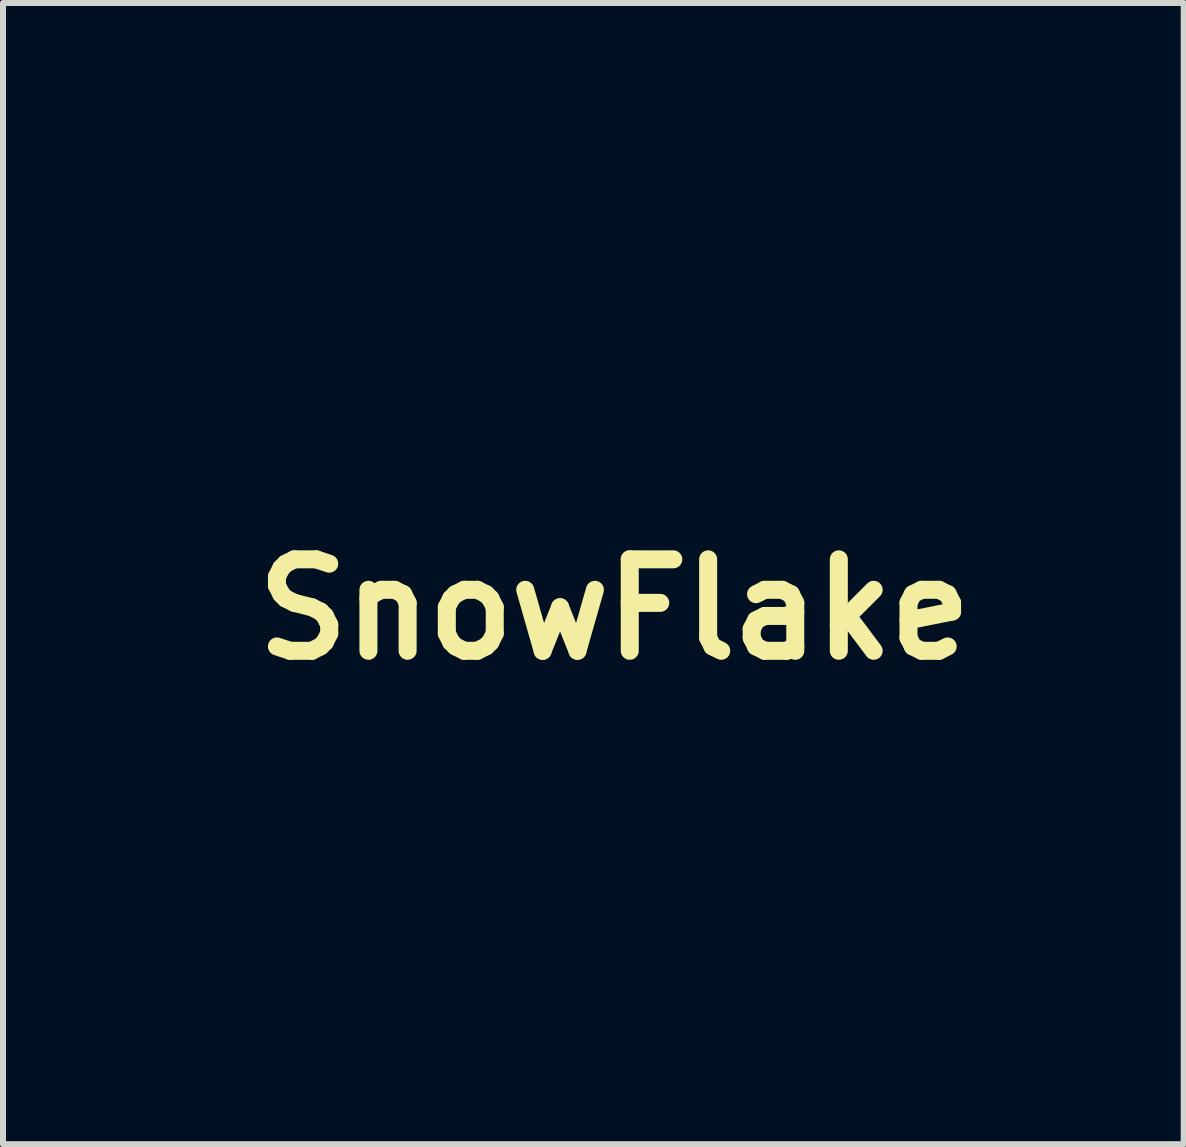
<source format=kicad_pcb>
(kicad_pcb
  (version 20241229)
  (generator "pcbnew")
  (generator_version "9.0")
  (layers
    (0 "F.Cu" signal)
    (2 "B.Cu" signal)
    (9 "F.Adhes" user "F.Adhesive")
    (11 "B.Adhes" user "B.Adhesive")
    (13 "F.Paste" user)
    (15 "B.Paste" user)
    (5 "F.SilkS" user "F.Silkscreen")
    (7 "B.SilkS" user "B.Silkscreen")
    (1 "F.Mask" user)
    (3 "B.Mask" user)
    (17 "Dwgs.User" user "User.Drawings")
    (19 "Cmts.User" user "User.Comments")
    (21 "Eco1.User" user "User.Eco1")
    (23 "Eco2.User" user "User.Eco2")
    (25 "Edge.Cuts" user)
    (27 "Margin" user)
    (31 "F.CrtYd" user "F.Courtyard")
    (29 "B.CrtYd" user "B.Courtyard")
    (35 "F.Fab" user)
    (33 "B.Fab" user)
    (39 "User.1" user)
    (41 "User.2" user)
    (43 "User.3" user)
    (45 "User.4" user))
  (footprint "SnowFlake"
    (layer "F.Cu")
    (at 7.189 7.104)
    (property "Reference" "SnowFlake" (at 0 0 0) (layer "F.SilkS") (effects (font (size 1.524 1.524) (thickness 0.3))))
    (attr through_hole)
    (fp_poly (pts (xy 0.111 -5.25) (xy 0.488 -5.816) (xy 0.866 -6.382) (xy 0.883 -6.371) (xy 0.908 -6.355) (xy 0.939 -6.334) (xy 0.975 -6.31) (xy 1.016 -6.283) (xy 1.06 -6.254) (xy 1.106 -6.223) (xy 1.152 -6.192) (xy 1.197 -6.162) (xy 1.241 -6.132) (xy 1.282 -6.105) (xy 1.318 -6.08) (xy 1.349 -6.059) (xy 1.373 -6.042) (xy 1.389 -6.03) (xy 1.397 -6.025) (xy 1.397 -6.025) (xy 1.393 -6.019) (xy 1.383 -6.003) (xy 1.367 -5.978) (xy 1.344 -5.944) (xy 1.316 -5.901) (xy 1.283 -5.85) (xy 1.244 -5.792) (xy 1.201 -5.727) (xy 1.154 -5.656) (xy 1.103 -5.579) (xy 1.048 -5.497) (xy 0.99 -5.41) (xy 0.929 -5.318) (xy 0.866 -5.223) (xy 0.8 -5.125) (xy 0.752 -5.053) (xy 0.108 -4.086) (xy 0.11 -3.248) (xy 0.111 -2.41) (xy 0.168 -2.49) (xy 0.179 -2.504) (xy 0.197 -2.529) (xy 0.221 -2.562) (xy 0.251 -2.604) (xy 0.287 -2.653) (xy 0.327 -2.709) (xy 0.372 -2.771) (xy 0.421 -2.838) (xy 0.474 -2.91) (xy 0.529 -2.987) (xy 0.587 -3.066) (xy 0.647 -3.149) (xy 0.708 -3.233) (xy 0.724 -3.256) (xy 1.224 -3.942) (xy 2.035 -3.353) (xy 2.125 -3.287) (xy 2.213 -3.224) (xy 2.297 -3.162) (xy 2.378 -3.104) (xy 2.453 -3.048) (xy 2.524 -2.997) (xy 2.589 -2.949) (xy 2.649 -2.906) (xy 2.701 -2.867) (xy 2.746 -2.834) (xy 2.784 -2.806) (xy 2.813 -2.785) (xy 2.834 -2.769) (xy 2.844 -2.761) (xy 2.846 -2.759) (xy 2.843 -2.754) (xy 2.832 -2.738) (xy 2.815 -2.714) (xy 2.791 -2.681) (xy 2.762 -2.64) (xy 2.727 -2.592) (xy 2.687 -2.536) (xy 2.643 -2.475) (xy 2.594 -2.408) (xy 2.542 -2.335) (xy 2.486 -2.258) (xy 2.427 -2.178) (xy 2.366 -2.093) (xy 2.303 -2.006) (xy 2.295 -1.995) (xy 2.231 -1.908) (xy 2.17 -1.823) (xy 2.11 -1.741) (xy 2.054 -1.664) (xy 2.001 -1.591) (xy 1.951 -1.523) (xy 1.906 -1.46) (xy 1.865 -1.404) (xy 1.829 -1.354) (xy 1.799 -1.312) (xy 1.774 -1.278) (xy 1.756 -1.252) (xy 1.744 -1.236) (xy 1.739 -1.229) (xy 1.738 -1.228) (xy 1.743 -1.228) (xy 1.758 -1.231) (xy 1.781 -1.238) (xy 1.812 -1.247) (xy 1.849 -1.258) (xy 1.875 -1.266) (xy 1.9 -1.274) (xy 1.936 -1.286) (xy 1.982 -1.301) (xy 2.037 -1.319) (xy 2.101 -1.34) (xy 2.172 -1.363) (xy 2.249 -1.388) (xy 2.331 -1.414) (xy 2.418 -1.442) (xy 2.508 -1.472) (xy 2.601 -1.502) (xy 2.695 -1.532) (xy 2.72 -1.54) (xy 3.423 -1.768) (xy 4.122 -2.642) (xy 4.196 -2.734) (xy 4.268 -2.824) (xy 4.338 -2.911) (xy 4.405 -2.994) (xy 4.468 -3.073) (xy 4.528 -3.147) (xy 4.583 -3.217) (xy 4.634 -3.28) (xy 4.681 -3.338) (xy 4.721 -3.389) (xy 4.757 -3.433) (xy 4.786 -3.469) (xy 4.808 -3.496) (xy 4.824 -3.516) (xy 4.832 -3.526) (xy 4.833 -3.527) (xy 4.836 -3.529) (xy 4.839 -3.531) (xy 4.844 -3.53) (xy 4.852 -3.527) (xy 4.862 -3.52) (xy 4.877 -3.51) (xy 4.896 -3.496) (xy 4.921 -3.476) (xy 4.953 -3.451) (xy 4.993 -3.42) (xy 5.04 -3.382) (xy 5.092 -3.34) (xy 5.141 -3.302) (xy 5.186 -3.265) (xy 5.228 -3.231) (xy 5.264 -3.202) (xy 5.294 -3.177) (xy 5.318 -3.158) (xy 5.333 -3.144) (xy 5.34 -3.138) (xy 5.34 -3.138) (xy 5.336 -3.132) (xy 5.325 -3.118) (xy 5.307 -3.094) (xy 5.282 -3.063) (xy 5.252 -3.025) (xy 5.216 -2.98) (xy 5.176 -2.929) (xy 5.131 -2.873) (xy 5.083 -2.812) (xy 5.031 -2.748) (xy 4.977 -2.68) (xy 4.941 -2.635) (xy 4.885 -2.566) (xy 4.832 -2.499) (xy 4.782 -2.436) (xy 4.735 -2.377) (xy 4.692 -2.323) (xy 4.653 -2.275) (xy 4.619 -2.232) (xy 4.591 -2.197) (xy 4.569 -2.169) (xy 4.553 -2.149) (xy 4.545 -2.137) (xy 4.543 -2.135) (xy 4.549 -2.137) (xy 4.567 -2.142) (xy 4.595 -2.151) (xy 4.633 -2.164) (xy 4.68 -2.179) (xy 4.736 -2.197) (xy 4.8 -2.217) (xy 4.871 -2.24) (xy 4.949 -2.265) (xy 5.033 -2.293) (xy 5.121 -2.321) (xy 5.214 -2.351) (xy 5.311 -2.383) (xy 5.365 -2.4) (xy 5.464 -2.432) (xy 5.559 -2.463) (xy 5.651 -2.493) (xy 5.738 -2.521) (xy 5.819 -2.547) (xy 5.894 -2.572) (xy 5.963 -2.594) (xy 6.024 -2.613) (xy 6.077 -2.63) (xy 6.121 -2.644) (xy 6.155 -2.655) (xy 6.18 -2.663) (xy 6.193 -2.666) (xy 6.195 -2.667) (xy 6.203 -2.665) (xy 6.204 -2.664) (xy 6.206 -2.658) (xy 6.211 -2.64) (xy 6.22 -2.612) (xy 6.232 -2.576) (xy 6.247 -2.531) (xy 6.263 -2.478) (xy 6.282 -2.42) (xy 6.303 -2.356) (xy 6.325 -2.288) (xy 6.344 -2.231) (xy 6.367 -2.16) (xy 6.388 -2.093) (xy 6.408 -2.03) (xy 6.427 -1.972) (xy 6.443 -1.921) (xy 6.456 -1.878) (xy 6.467 -1.842) (xy 6.474 -1.816) (xy 6.478 -1.801) (xy 6.479 -1.797) (xy 6.472 -1.794) (xy 6.455 -1.788) (xy 6.427 -1.779) (xy 6.389 -1.766) (xy 6.342 -1.751) (xy 6.288 -1.733) (xy 6.226 -1.713) (xy 6.157 -1.69) (xy 6.083 -1.666) (xy 6.005 -1.64) (xy 5.922 -1.613) (xy 5.836 -1.585) (xy 5.747 -1.556) (xy 5.657 -1.527) (xy 5.567 -1.498) (xy 5.476 -1.468) (xy 5.386 -1.439) (xy 5.298 -1.41) (xy 5.212 -1.382) (xy 5.129 -1.355) (xy 5.051 -1.33) (xy 4.977 -1.306) (xy 4.909 -1.284) (xy 4.847 -1.264) (xy 4.793 -1.247) (xy 4.791 -1.246) (xy 4.755 -1.234) (xy 4.731 -1.226) (xy 4.717 -1.219) (xy 4.713 -1.215) (xy 4.715 -1.213) (xy 4.723 -1.211) (xy 4.742 -1.205) (xy 4.772 -1.197) (xy 4.811 -1.186) (xy 4.86 -1.172) (xy 4.917 -1.157) (xy 4.981 -1.139) (xy 5.052 -1.119) (xy 5.129 -1.098) (xy 5.21 -1.076) (xy 5.296 -1.052) (xy 5.386 -1.028) (xy 5.394 -1.026) (xy 5.484 -1.001) (xy 5.569 -0.978) (xy 5.651 -0.955) (xy 5.727 -0.934) (xy 5.798 -0.915) (xy 5.862 -0.897) (xy 5.918 -0.882) (xy 5.967 -0.868) (xy 6.006 -0.858) (xy 6.036 -0.849) (xy 6.055 -0.844) (xy 6.062 -0.842) (xy 6.062 -0.842) (xy 6.061 -0.836) (xy 6.056 -0.819) (xy 6.049 -0.792) (xy 6.04 -0.756) (xy 6.028 -0.712) (xy 6.014 -0.662) (xy 5.999 -0.607) (xy 5.983 -0.548) (xy 5.979 -0.533) (xy 5.958 -0.457) (xy 5.94 -0.392) (xy 5.924 -0.339) (xy 5.912 -0.297) (xy 5.902 -0.265) (xy 5.894 -0.243) (xy 5.889 -0.23) (xy 5.886 -0.226) (xy 5.879 -0.228) (xy 5.86 -0.233) (xy 5.831 -0.241) (xy 5.79 -0.252) (xy 5.741 -0.265) (xy 5.682 -0.281) (xy 5.614 -0.3) (xy 5.538 -0.32) (xy 5.455 -0.343) (xy 5.365 -0.367) (xy 5.27 -0.394) (xy 5.168 -0.421) (xy 5.061 -0.451) (xy 4.951 -0.481) (xy 4.836 -0.512) (xy 4.739 -0.539) (xy 4.622 -0.571) (xy 4.508 -0.602) (xy 4.398 -0.632) (xy 4.292 -0.661) (xy 4.191 -0.689) (xy 4.096 -0.715) (xy 4.007 -0.739) (xy 3.925 -0.761) (xy 3.851 -0.781) (xy 3.785 -0.799) (xy 3.727 -0.815) (xy 3.678 -0.828) (xy 3.64 -0.838) (xy 3.612 -0.846) (xy 3.595 -0.85) (xy 3.59 -0.851) (xy 3.582 -0.849) (xy 3.563 -0.844) (xy 3.534 -0.835) (xy 3.496 -0.823) (xy 3.449 -0.808) (xy 3.394 -0.791) (xy 3.333 -0.771) (xy 3.266 -0.75) (xy 3.195 -0.727) (xy 3.118 -0.702) (xy 3.039 -0.677) (xy 2.958 -0.65) (xy 2.874 -0.623) (xy 2.79 -0.596) (xy 2.707 -0.568) (xy 2.624 -0.541) (xy 2.543 -0.515) (xy 2.465 -0.489) (xy 2.391 -0.465) (xy 2.321 -0.442) (xy 2.257 -0.42) (xy 2.199 -0.401) (xy 2.147 -0.384) (xy 2.104 -0.369) (xy 2.07 -0.358) (xy 2.045 -0.349) (xy 2.031 -0.344) (xy 2.028 -0.342) (xy 2.034 -0.34) (xy 2.052 -0.334) (xy 2.08 -0.324) (xy 2.118 -0.312) (xy 2.165 -0.297) (xy 2.22 -0.279) (xy 2.281 -0.259) (xy 2.35 -0.236) (xy 2.423 -0.212) (xy 2.502 -0.187) (xy 2.584 -0.16) (xy 2.669 -0.132) (xy 2.756 -0.104) (xy 2.845 -0.075) (xy 2.935 -0.046) (xy 3.024 -0.017) (xy 3.112 0.012) (xy 3.199 0.04) (xy 3.282 0.067) (xy 3.362 0.093) (xy 3.438 0.118) (xy 3.509 0.141) (xy 3.573 0.162) (xy 3.631 0.18) (xy 3.682 0.197) (xy 3.723 0.21) (xy 3.756 0.221) (xy 3.761 0.222) (xy 3.787 0.231) (xy 3.807 0.24) (xy 3.82 0.246) (xy 3.823 0.25) (xy 3.821 0.256) (xy 3.815 0.275) (xy 3.806 0.304) (xy 3.794 0.343) (xy 3.778 0.391) (xy 3.76 0.449) (xy 3.738 0.514) (xy 3.715 0.587) (xy 3.689 0.667) (xy 3.661 0.753) (xy 3.631 0.845) (xy 3.6 0.942) (xy 3.567 1.043) (xy 3.533 1.147) (xy 3.514 1.207) (xy 3.205 2.158) (xy 3.131 2.133) (xy 3.093 2.12) (xy 3.046 2.105) (xy 2.992 2.087) (xy 2.93 2.067) (xy 2.862 2.045) (xy 2.788 2.021) (xy 2.709 1.995) (xy 2.627 1.968) (xy 2.542 1.941) (xy 2.454 1.912) (xy 2.365 1.884) (xy 2.276 1.855) (xy 2.186 1.826) (xy 2.098 1.797) (xy 2.011 1.769) (xy 1.927 1.742) (xy 1.847 1.716) (xy 1.771 1.692) (xy 1.7 1.669) (xy 1.634 1.648) (xy 1.576 1.629) (xy 1.525 1.613) (xy 1.483 1.599) (xy 1.449 1.589) (xy 1.426 1.582) (xy 1.413 1.578) (xy 1.411 1.577) (xy 1.415 1.583) (xy 1.425 1.598) (xy 1.442 1.622) (xy 1.465 1.654) (xy 1.494 1.695) (xy 1.529 1.743) (xy 1.568 1.797) (xy 1.611 1.858) (xy 1.659 1.924) (xy 1.711 1.995) (xy 1.765 2.07) (xy 1.822 2.149) (xy 1.882 2.231) (xy 1.912 2.272) (xy 1.984 2.372) (xy 2.049 2.462) (xy 2.108 2.542) (xy 2.16 2.614) (xy 2.207 2.677) (xy 2.247 2.733) (xy 2.283 2.781) (xy 2.314 2.822) (xy 2.34 2.858) (xy 2.362 2.887) (xy 2.381 2.911) (xy 2.396 2.931) (xy 2.409 2.946) (xy 2.418 2.957) (xy 2.426 2.965) (xy 2.432 2.97) (xy 2.436 2.973) (xy 2.438 2.974) (xy 2.446 2.977) (xy 2.466 2.984) (xy 2.496 2.996) (xy 2.536 3.011) (xy 2.586 3.03) (xy 2.644 3.051) (xy 2.711 3.077) (xy 2.786 3.104) (xy 2.867 3.135) (xy 2.955 3.168) (xy 3.049 3.203) (xy 3.148 3.24) (xy 3.251 3.279) (xy 3.359 3.319) (xy 3.469 3.36) (xy 3.534 3.385) (xy 3.646 3.426) (xy 3.755 3.467) (xy 3.86 3.507) (xy 3.96 3.544) (xy 4.056 3.58) (xy 4.146 3.614) (xy 4.23 3.645) (xy 4.307 3.674) (xy 4.377 3.701) (xy 4.439 3.724) (xy 4.492 3.744) (xy 4.536 3.761) (xy 4.57 3.774) (xy 4.594 3.783) (xy 4.607 3.788) (xy 4.61 3.789) (xy 4.608 3.795) (xy 4.602 3.811) (xy 4.593 3.837) (xy 4.581 3.871) (xy 4.567 3.911) (xy 4.55 3.956) (xy 4.532 4.004) (xy 4.514 4.055) (xy 4.494 4.106) (xy 4.475 4.157) (xy 4.457 4.206) (xy 4.44 4.252) (xy 4.424 4.293) (xy 4.411 4.328) (xy 4.4 4.356) (xy 4.392 4.374) (xy 4.388 4.383) (xy 4.388 4.383) (xy 4.382 4.382) (xy 4.364 4.376) (xy 4.336 4.367) (xy 4.299 4.353) (xy 4.253 4.337) (xy 4.198 4.317) (xy 4.137 4.295) (xy 4.069 4.27) (xy 3.995 4.243) (xy 3.917 4.214) (xy 3.834 4.183) (xy 3.748 4.151) (xy 3.746 4.15) (xy 3.66 4.118) (xy 3.578 4.087) (xy 3.499 4.058) (xy 3.426 4.03) (xy 3.358 4.005) (xy 3.297 3.983) (xy 3.242 3.963) (xy 3.196 3.946) (xy 3.159 3.932) (xy 3.131 3.922) (xy 3.114 3.916) (xy 3.107 3.914) (xy 3.107 3.914) (xy 3.111 3.919) (xy 3.121 3.934) (xy 3.139 3.958) (xy 3.162 3.99) (xy 3.191 4.031) (xy 3.226 4.079) (xy 3.265 4.134) (xy 3.31 4.195) (xy 3.358 4.262) (xy 3.41 4.334) (xy 3.465 4.41) (xy 3.524 4.491) (xy 3.585 4.575) (xy 3.648 4.662) (xy 3.712 4.751) (xy 3.778 4.841) (xy 3.845 4.933) (xy 3.912 5.026) (xy 3.979 5.118) (xy 4.046 5.21) (xy 4.112 5.301) (xy 4.125 5.319) (xy 4.158 5.364) (xy 3.414 5.905) (xy 3.383 5.863) (xy 3.375 5.852) (xy 3.361 5.832) (xy 3.34 5.803) (xy 3.313 5.766) (xy 3.28 5.721) (xy 3.242 5.669) (xy 3.2 5.611) (xy 3.153 5.547) (xy 3.103 5.478) (xy 3.049 5.404) (xy 2.993 5.327) (xy 2.935 5.246) (xy 2.874 5.163) (xy 2.859 5.142) (xy 2.799 5.059) (xy 2.741 4.98) (xy 2.686 4.904) (xy 2.633 4.832) (xy 2.584 4.764) (xy 2.539 4.702) (xy 2.498 4.646) (xy 2.462 4.596) (xy 2.43 4.554) (xy 2.405 4.519) (xy 2.385 4.492) (xy 2.372 4.474) (xy 2.366 4.466) (xy 2.365 4.466) (xy 2.365 4.472) (xy 2.366 4.49) (xy 2.368 4.52) (xy 2.369 4.559) (xy 2.372 4.608) (xy 2.374 4.665) (xy 2.378 4.73) (xy 2.381 4.802) (xy 2.385 4.88) (xy 2.389 4.963) (xy 2.393 5.05) (xy 2.397 5.128) (xy 2.402 5.218) (xy 2.406 5.305) (xy 2.41 5.387) (xy 2.414 5.464) (xy 2.417 5.535) (xy 2.42 5.599) (xy 2.423 5.655) (xy 2.426 5.702) (xy 2.427 5.74) (xy 2.429 5.768) (xy 2.429 5.784) (xy 2.43 5.789) (xy 2.423 5.79) (xy 2.405 5.791) (xy 2.378 5.792) (xy 2.342 5.794) (xy 2.3 5.796) (xy 2.252 5.799) (xy 2.2 5.801) (xy 2.146 5.804) (xy 2.091 5.807) (xy 2.037 5.809) (xy 1.984 5.811) (xy 1.935 5.814) (xy 1.89 5.815) (xy 1.852 5.817) (xy 1.822 5.818) (xy 1.802 5.819) (xy 1.792 5.819) (xy 1.791 5.819) (xy 1.79 5.812) (xy 1.789 5.794) (xy 1.787 5.764) (xy 1.785 5.723) (xy 1.782 5.672) (xy 1.779 5.612) (xy 1.776 5.543) (xy 1.772 5.465) (xy 1.767 5.38) (xy 1.762 5.288) (xy 1.757 5.19) (xy 1.752 5.086) (xy 1.747 4.978) (xy 1.741 4.865) (xy 1.735 4.748) (xy 1.733 4.694) (xy 1.727 4.575) (xy 1.721 4.459) (xy 1.716 4.348) (xy 1.71 4.24) (xy 1.705 4.138) (xy 1.7 4.041) (xy 1.696 3.951) (xy 1.692 3.868) (xy 1.688 3.793) (xy 1.685 3.726) (xy 1.682 3.669) (xy 1.679 3.621) (xy 1.677 3.583) (xy 1.676 3.557) (xy 1.675 3.543) (xy 1.675 3.54) (xy 1.675 3.535) (xy 1.674 3.53) (xy 1.672 3.524) (xy 1.669 3.517) (xy 1.664 3.508) (xy 1.657 3.496) (xy 1.648 3.481) (xy 1.635 3.463) (xy 1.62 3.44) (xy 1.601 3.413) (xy 1.579 3.381) (xy 1.552 3.343) (xy 1.52 3.299) (xy 1.484 3.248) (xy 1.442 3.19) (xy 1.394 3.124) (xy 1.34 3.05) (xy 1.279 2.966) (xy 1.212 2.874) (xy 1.172 2.819) (xy 1.112 2.736) (xy 1.053 2.655) (xy 0.996 2.578) (xy 0.943 2.504) (xy 0.893 2.435) (xy 0.846 2.371) (xy 0.804 2.313) (xy 0.766 2.261) (xy 0.733 2.217) (xy 0.706 2.179) (xy 0.684 2.15) (xy 0.669 2.13) (xy 0.661 2.119) (xy 0.66 2.118) (xy 0.658 2.116) (xy 0.657 2.116) (xy 0.655 2.117) (xy 0.654 2.12) (xy 0.653 2.127) (xy 0.652 2.136) (xy 0.651 2.15) (xy 0.651 2.168) (xy 0.65 2.191) (xy 0.649 2.22) (xy 0.649 2.255) (xy 0.649 2.297) (xy 0.648 2.347) (xy 0.648 2.404) (xy 0.648 2.471) (xy 0.648 2.546) (xy 0.648 2.632) (xy 0.648 2.728) (xy 0.648 2.835) (xy 0.648 2.954) (xy 0.648 3.059) (xy 0.648 4.013) (xy -1.359 4.013) (xy -1.359 3.066) (xy -1.359 2.938) (xy -1.359 2.822) (xy -1.359 2.717) (xy -1.359 2.623) (xy -1.359 2.54) (xy -1.359 2.467) (xy -1.359 2.402) (xy -1.36 2.347) (xy -1.36 2.299) (xy -1.36 2.258) (xy -1.361 2.225) (xy -1.361 2.197) (xy -1.362 2.175) (xy -1.363 2.159) (xy -1.364 2.146) (xy -1.364 2.137) (xy -1.366 2.132) (xy -1.367 2.129) (xy -1.368 2.129) (xy -1.37 2.129) (xy -1.371 2.131) (xy -1.376 2.138) (xy -1.389 2.154) (xy -1.408 2.18) (xy -1.432 2.213) (xy -1.462 2.254) (xy -1.497 2.301) (xy -1.535 2.354) (xy -1.578 2.412) (xy -1.624 2.475) (xy -1.672 2.541) (xy -1.722 2.61) (xy -1.774 2.682) (xy -1.827 2.754) (xy -1.88 2.828) (xy -1.933 2.901) (xy -1.985 2.973) (xy -2.037 3.044) (xy -2.086 3.113) (xy -2.134 3.178) (xy -2.179 3.24) (xy -2.22 3.298) (xy -2.257 3.35) (xy -2.291 3.396) (xy -2.319 3.435) (xy -2.342 3.467) (xy -2.358 3.491) (xy -2.369 3.506) (xy -2.372 3.51) (xy -2.373 3.516) (xy -2.375 3.527) (xy -2.376 3.544) (xy -2.378 3.569) (xy -2.38 3.6) (xy -2.383 3.639) (xy -2.385 3.687) (xy -2.388 3.742) (xy -2.391 3.807) (xy -2.395 3.881) (xy -2.399 3.965) (xy -2.403 4.059) (xy -2.408 4.164) (xy -2.413 4.28) (xy -2.419 4.407) (xy -2.425 4.546) (xy -2.43 4.672) (xy -2.436 4.791) (xy -2.441 4.908) (xy -2.446 5.02) (xy -2.451 5.127) (xy -2.455 5.229) (xy -2.46 5.325) (xy -2.464 5.415) (xy -2.468 5.497) (xy -2.471 5.572) (xy -2.474 5.638) (xy -2.477 5.695) (xy -2.48 5.742) (xy -2.482 5.778) (xy -2.483 5.804) (xy -2.484 5.818) (xy -2.485 5.821) (xy -2.491 5.821) (xy -2.509 5.821) (xy -2.537 5.82) (xy -2.573 5.819) (xy -2.616 5.818) (xy -2.664 5.816) (xy -2.715 5.814) (xy -2.77 5.812) (xy -2.825 5.81) (xy -2.879 5.808) (xy -2.932 5.806) (xy -2.981 5.803) (xy -3.025 5.801) (xy -3.062 5.8) (xy -3.092 5.798) (xy -3.112 5.797) (xy -3.121 5.796) (xy -3.122 5.796) (xy -3.122 5.789) (xy -3.121 5.771) (xy -3.12 5.742) (xy -3.118 5.702) (xy -3.116 5.653) (xy -3.113 5.596) (xy -3.111 5.531) (xy -3.107 5.459) (xy -3.104 5.381) (xy -3.1 5.298) (xy -3.096 5.211) (xy -3.093 5.131) (xy -3.089 5.04) (xy -3.085 4.953) (xy -3.081 4.87) (xy -3.078 4.793) (xy -3.075 4.722) (xy -3.072 4.658) (xy -3.07 4.601) (xy -3.068 4.553) (xy -3.066 4.515) (xy -3.065 4.487) (xy -3.065 4.47) (xy -3.065 4.465) (xy -3.065 4.464) (xy -3.065 4.462) (xy -3.064 4.461) (xy -3.064 4.46) (xy -3.064 4.46) (xy -3.065 4.461) (xy -3.068 4.464) (xy -3.072 4.47) (xy -3.078 4.478) (xy -3.087 4.49) (xy -3.099 4.505) (xy -3.113 4.526) (xy -3.132 4.55) (xy -3.154 4.581) (xy -3.18 4.617) (xy -3.211 4.659) (xy -3.246 4.708) (xy -3.287 4.765) (xy -3.334 4.829) (xy -3.387 4.902) (xy -3.446 4.983) (xy -3.512 5.074) (xy -3.584 5.174) (xy -3.587 5.178) (xy -3.649 5.263) (xy -3.709 5.345) (xy -3.766 5.424) (xy -3.82 5.498) (xy -3.871 5.569) (xy -3.918 5.634) (xy -3.961 5.693) (xy -4 5.746) (xy -4.033 5.792) (xy -4.061 5.83) (xy -4.084 5.86) (xy -4.099 5.882) (xy -4.109 5.894) (xy -4.111 5.897) (xy -4.115 5.897) (xy -4.124 5.892) (xy -4.14 5.883) (xy -4.162 5.868) (xy -4.19 5.849) (xy -4.227 5.823) (xy -4.271 5.792) (xy -4.323 5.754) (xy -4.385 5.71) (xy -4.456 5.658) (xy -4.48 5.641) (xy -4.54 5.597) (xy -4.597 5.555) (xy -4.651 5.516) (xy -4.7 5.481) (xy -4.744 5.449) (xy -4.781 5.421) (xy -4.811 5.399) (xy -4.833 5.383) (xy -4.846 5.373) (xy -4.85 5.37) (xy -4.85 5.367) (xy -4.847 5.361) (xy -4.842 5.351) (xy -4.833 5.336) (xy -4.82 5.317) (xy -4.804 5.293) (xy -4.783 5.263) (xy -4.758 5.227) (xy -4.727 5.185) (xy -4.692 5.135) (xy -4.651 5.078) (xy -4.605 5.013) (xy -4.552 4.94) (xy -4.492 4.859) (xy -4.427 4.768) (xy -4.353 4.667) (xy -4.324 4.626) (xy -4.262 4.54) (xy -4.201 4.457) (xy -4.143 4.377) (xy -4.089 4.302) (xy -4.037 4.23) (xy -3.989 4.164) (xy -3.946 4.104) (xy -3.907 4.049) (xy -3.873 4.002) (xy -3.844 3.962) (xy -3.821 3.93) (xy -3.805 3.907) (xy -3.795 3.893) (xy -3.793 3.889) (xy -3.799 3.891) (xy -3.816 3.897) (xy -3.844 3.907) (xy -3.881 3.92) (xy -3.926 3.937) (xy -3.98 3.958) (xy -4.041 3.98) (xy -4.108 4.006) (xy -4.181 4.033) (xy -4.259 4.063) (xy -4.341 4.094) (xy -4.413 4.121) (xy -4.498 4.154) (xy -4.58 4.185) (xy -4.658 4.214) (xy -4.731 4.242) (xy -4.798 4.267) (xy -4.859 4.29) (xy -4.913 4.311) (xy -4.959 4.328) (xy -4.996 4.342) (xy -5.023 4.352) (xy -5.04 4.358) (xy -5.046 4.36) (xy -5.053 4.36) (xy -5.059 4.356) (xy -5.065 4.345) (xy -5.074 4.326) (xy -5.078 4.314) (xy -5.115 4.217) (xy -5.148 4.131) (xy -5.176 4.056) (xy -5.201 3.991) (xy -5.221 3.935) (xy -5.239 3.889) (xy -5.253 3.851) (xy -5.263 3.821) (xy -5.271 3.798) (xy -5.276 3.781) (xy -5.279 3.771) (xy -5.279 3.766) (xy -5.279 3.766) (xy -5.273 3.763) (xy -5.255 3.756) (xy -5.227 3.745) (xy -5.188 3.73) (xy -5.14 3.712) (xy -5.083 3.69) (xy -5.018 3.665) (xy -4.945 3.637) (xy -4.865 3.606) (xy -4.778 3.573) (xy -4.686 3.538) (xy -4.588 3.501) (xy -4.485 3.461) (xy -4.378 3.421) (xy -4.268 3.379) (xy -4.191 3.35) (xy -4.078 3.307) (xy -3.969 3.265) (xy -3.863 3.225) (xy -3.762 3.187) (xy -3.665 3.15) (xy -3.575 3.115) (xy -3.49 3.083) (xy -3.412 3.053) (xy -3.341 3.026) (xy -3.278 3.002) (xy -3.224 2.981) (xy -3.178 2.964) (xy -3.143 2.951) (xy -3.117 2.941) (xy -3.103 2.935) (xy -3.1 2.934) (xy -3.095 2.928) (xy -3.084 2.913) (xy -3.066 2.89) (xy -3.042 2.858) (xy -3.014 2.819) (xy -2.98 2.773) (xy -2.942 2.721) (xy -2.9 2.665) (xy -2.856 2.604) (xy -2.808 2.539) (xy -2.758 2.471) (xy -2.707 2.401) (xy -2.655 2.329) (xy -2.602 2.257) (xy -2.55 2.185) (xy -2.497 2.113) (xy -2.446 2.043) (xy -2.397 1.974) (xy -2.349 1.909) (xy -2.304 1.847) (xy -2.263 1.79) (xy -2.225 1.738) (xy -2.191 1.691) (xy -2.162 1.651) (xy -2.139 1.618) (xy -2.121 1.593) (xy -2.109 1.577) (xy -2.105 1.57) (xy -2.105 1.57) (xy -2.111 1.572) (xy -2.128 1.577) (xy -2.157 1.586) (xy -2.195 1.599) (xy -2.243 1.614) (xy -2.299 1.632) (xy -2.364 1.653) (xy -2.436 1.676) (xy -2.515 1.702) (xy -2.6 1.729) (xy -2.69 1.759) (xy -2.785 1.79) (xy -2.885 1.822) (xy -2.988 1.855) (xy -3.01 1.863) (xy -3.114 1.896) (xy -3.214 1.929) (xy -3.31 1.96) (xy -3.402 1.99) (xy -3.488 2.018) (xy -3.568 2.044) (xy -3.642 2.068) (xy -3.708 2.089) (xy -3.767 2.108) (xy -3.816 2.124) (xy -3.857 2.137) (xy -3.887 2.147) (xy -3.907 2.153) (xy -3.916 2.156) (xy -3.916 2.156) (xy -3.918 2.15) (xy -3.924 2.132) (xy -3.934 2.105) (xy -3.946 2.067) (xy -3.961 2.02) (xy -3.979 1.966) (xy -3.999 1.903) (xy -4.022 1.835) (xy -4.046 1.76) (xy -4.072 1.681) (xy -4.099 1.597) (xy -4.127 1.51) (xy -4.156 1.42) (xy -4.186 1.329) (xy -4.216 1.236) (xy -4.246 1.143) (xy -4.276 1.051) (xy -4.306 0.96) (xy -4.335 0.871) (xy -4.363 0.784) (xy -4.389 0.702) (xy -4.414 0.624) (xy -4.438 0.551) (xy -4.459 0.484) (xy -4.479 0.424) (xy -4.496 0.372) (xy -4.51 0.327) (xy -4.521 0.293) (xy -4.529 0.268) (xy -4.533 0.253) (xy -4.534 0.25) (xy -4.528 0.245) (xy -4.511 0.237) (xy -4.486 0.227) (xy -4.462 0.219) (xy -4.435 0.21) (xy -4.399 0.198) (xy -4.353 0.184) (xy -4.3 0.166) (xy -4.239 0.147) (xy -4.172 0.125) (xy -4.099 0.101) (xy -4.021 0.076) (xy -3.94 0.049) (xy -3.855 0.022) (xy -3.768 -0.006) (xy -3.68 -0.035) (xy -3.59 -0.064) (xy -3.501 -0.093) (xy -3.413 -0.122) (xy -3.327 -0.15) (xy -3.243 -0.177) (xy -3.163 -0.203) (xy -3.087 -0.228) (xy -3.016 -0.251) (xy -2.95 -0.272) (xy -2.892 -0.291) (xy -2.841 -0.308) (xy -2.798 -0.322) (xy -2.765 -0.333) (xy -2.741 -0.34) (xy -2.728 -0.345) (xy -2.726 -0.345) (xy -2.732 -0.347) (xy -2.749 -0.353) (xy -2.777 -0.362) (xy -2.815 -0.375) (xy -2.862 -0.39) (xy -2.918 -0.409) (xy -2.982 -0.43) (xy -3.053 -0.453) (xy -3.13 -0.478) (xy -3.214 -0.505) (xy -3.302 -0.534) (xy -3.395 -0.564) (xy -3.492 -0.596) (xy -3.553 -0.616) (xy -4.381 -0.885) (xy -5.512 -0.578) (xy -5.629 -0.547) (xy -5.743 -0.516) (xy -5.852 -0.487) (xy -5.957 -0.458) (xy -6.058 -0.431) (xy -6.152 -0.406) (xy -6.24 -0.383) (xy -6.321 -0.361) (xy -6.395 -0.342) (xy -6.46 -0.325) (xy -6.517 -0.31) (xy -6.564 -0.298) (xy -6.602 -0.288) (xy -6.628 -0.281) (xy -6.644 -0.278) (xy -6.648 -0.277) (xy -6.651 -0.284) (xy -6.656 -0.302) (xy -6.664 -0.329) (xy -6.674 -0.364) (xy -6.685 -0.406) (xy -6.698 -0.452) (xy -6.712 -0.503) (xy -6.726 -0.555) (xy -6.74 -0.608) (xy -6.754 -0.66) (xy -6.768 -0.711) (xy -6.78 -0.758) (xy -6.791 -0.8) (xy -6.8 -0.836) (xy -6.807 -0.864) (xy -6.812 -0.882) (xy -6.813 -0.891) (xy -6.813 -0.891) (xy -6.807 -0.893) (xy -6.789 -0.898) (xy -6.76 -0.906) (xy -6.722 -0.916) (xy -6.675 -0.929) (xy -6.619 -0.944) (xy -6.556 -0.961) (xy -6.487 -0.98) (xy -6.411 -1.001) (xy -6.331 -1.022) (xy -6.246 -1.045) (xy -6.169 -1.066) (xy -6.081 -1.09) (xy -5.997 -1.112) (xy -5.916 -1.134) (xy -5.841 -1.155) (xy -5.771 -1.173) (xy -5.708 -1.191) (xy -5.652 -1.206) (xy -5.605 -1.219) (xy -5.567 -1.229) (xy -5.539 -1.237) (xy -5.521 -1.242) (xy -5.515 -1.244) (xy -5.514 -1.247) (xy -5.52 -1.251) (xy -5.534 -1.257) (xy -5.558 -1.266) (xy -5.591 -1.278) (xy -5.636 -1.293) (xy -5.642 -1.294) (xy -5.779 -1.339) (xy -5.913 -1.382) (xy -6.042 -1.424) (xy -6.168 -1.465) (xy -6.288 -1.504) (xy -6.403 -1.542) (xy -6.512 -1.577) (xy -6.615 -1.611) (xy -6.711 -1.643) (xy -6.8 -1.672) (xy -6.88 -1.698) (xy -6.953 -1.722) (xy -7.016 -1.743) (xy -7.07 -1.761) (xy -7.114 -1.776) (xy -7.148 -1.788) (xy -7.171 -1.796) (xy -7.183 -1.801) (xy -7.184 -1.801) (xy -7.182 -1.809) (xy -7.176 -1.827) (xy -7.167 -1.855) (xy -7.156 -1.891) (xy -7.142 -1.935) (xy -7.125 -1.985) (xy -7.108 -2.04) (xy -7.089 -2.098) (xy -7.069 -2.159) (xy -7.049 -2.222) (xy -7.028 -2.284) (xy -7.008 -2.346) (xy -6.989 -2.406) (xy -6.97 -2.462) (xy -6.953 -2.514) (xy -6.938 -2.56) (xy -6.925 -2.599) (xy -6.915 -2.63) (xy -6.908 -2.652) (xy -6.904 -2.663) (xy -6.903 -2.664) (xy -6.897 -2.663) (xy -6.878 -2.658) (xy -6.848 -2.65) (xy -6.806 -2.637) (xy -6.753 -2.621) (xy -6.689 -2.6) (xy -6.614 -2.577) (xy -6.528 -2.549) (xy -6.431 -2.518) (xy -6.325 -2.484) (xy -6.207 -2.446) (xy -6.08 -2.404) (xy -6.058 -2.397) (xy -5.958 -2.365) (xy -5.862 -2.333) (xy -5.769 -2.303) (xy -5.681 -2.275) (xy -5.599 -2.248) (xy -5.523 -2.223) (xy -5.453 -2.201) (xy -5.391 -2.181) (xy -5.338 -2.164) (xy -5.293 -2.149) (xy -5.257 -2.138) (xy -5.232 -2.13) (xy -5.217 -2.126) (xy -5.214 -2.125) (xy -5.218 -2.13) (xy -5.229 -2.144) (xy -5.247 -2.167) (xy -5.271 -2.198) (xy -5.301 -2.236) (xy -5.336 -2.281) (xy -5.377 -2.332) (xy -5.421 -2.389) (xy -5.47 -2.45) (xy -5.521 -2.515) (xy -5.576 -2.583) (xy -5.625 -2.646) (xy -5.682 -2.717) (xy -5.736 -2.785) (xy -5.787 -2.85) (xy -5.835 -2.911) (xy -5.879 -2.967) (xy -5.919 -3.017) (xy -5.954 -3.062) (xy -5.984 -3.099) (xy -6.007 -3.13) (xy -6.024 -3.152) (xy -6.034 -3.166) (xy -6.037 -3.17) (xy -6.032 -3.175) (xy -6.018 -3.186) (xy -5.996 -3.205) (xy -5.967 -3.228) (xy -5.931 -3.257) (xy -5.891 -3.289) (xy -5.846 -3.325) (xy -5.798 -3.364) (xy -5.788 -3.371) (xy -5.729 -3.418) (xy -5.68 -3.457) (xy -5.639 -3.489) (xy -5.606 -3.514) (xy -5.58 -3.533) (xy -5.56 -3.547) (xy -5.546 -3.556) (xy -5.538 -3.561) (xy -5.533 -3.561) (xy -5.533 -3.561) (xy -5.528 -3.555) (xy -5.516 -3.54) (xy -5.497 -3.516) (xy -5.471 -3.483) (xy -5.439 -3.443) (xy -5.4 -3.395) (xy -5.357 -3.34) (xy -5.308 -3.279) (xy -5.254 -3.211) (xy -5.197 -3.139) (xy -5.135 -3.061) (xy -5.07 -2.979) (xy -5.001 -2.893) (xy -4.93 -2.804) (xy -4.857 -2.712) (xy -4.814 -2.657) (xy -4.102 -1.762) (xy -3.278 -1.494) (xy -3.179 -1.462) (xy -3.084 -1.431) (xy -2.993 -1.402) (xy -2.906 -1.374) (xy -2.825 -1.347) (xy -2.75 -1.323) (xy -2.682 -1.301) (xy -2.621 -1.282) (xy -2.569 -1.265) (xy -2.525 -1.251) (xy -2.491 -1.24) (xy -2.467 -1.233) (xy -2.455 -1.229) (xy -2.453 -1.228) (xy -2.456 -1.234) (xy -2.467 -1.248) (xy -2.484 -1.273) (xy -2.507 -1.305) (xy -2.536 -1.346) (xy -2.571 -1.394) (xy -2.611 -1.449) (xy -2.655 -1.51) (xy -2.703 -1.577) (xy -2.755 -1.649) (xy -2.811 -1.725) (xy -2.869 -1.805) (xy -2.93 -1.889) (xy -2.992 -1.976) (xy -3.056 -2.063) (xy -3.117 -2.147) (xy -3.176 -2.228) (xy -3.232 -2.306) (xy -3.285 -2.379) (xy -3.335 -2.447) (xy -3.38 -2.509) (xy -3.421 -2.565) (xy -3.457 -2.615) (xy -3.487 -2.657) (xy -3.512 -2.692) (xy -3.531 -2.717) (xy -3.543 -2.734) (xy -3.548 -2.741) (xy -3.562 -2.761) (xy -2.752 -3.349) (xy -2.661 -3.415) (xy -2.574 -3.478) (xy -2.489 -3.54) (xy -2.409 -3.598) (xy -2.333 -3.653) (xy -2.261 -3.704) (xy -2.196 -3.751) (xy -2.136 -3.794) (xy -2.083 -3.832) (xy -2.037 -3.864) (xy -1.999 -3.891) (xy -1.969 -3.912) (xy -1.948 -3.926) (xy -1.937 -3.934) (xy -1.934 -3.935) (xy -1.93 -3.93) (xy -1.918 -3.914) (xy -1.9 -3.89) (xy -1.876 -3.857) (xy -1.846 -3.816) (xy -1.81 -3.768) (xy -1.77 -3.713) (xy -1.725 -3.652) (xy -1.676 -3.584) (xy -1.623 -3.512) (xy -1.566 -3.435) (xy -1.507 -3.354) (xy -1.446 -3.269) (xy -1.382 -3.182) (xy -1.372 -3.167) (xy -0.816 -2.402) (xy -0.814 -3.261) (xy -0.813 -4.12) (xy -1.442 -5.091) (xy -1.508 -5.192) (xy -1.571 -5.29) (xy -1.633 -5.384) (xy -1.692 -5.475) (xy -1.748 -5.562) (xy -1.8 -5.643) (xy -1.849 -5.719) (xy -1.894 -5.789) (xy -1.935 -5.853) (xy -1.971 -5.909) (xy -2.003 -5.958) (xy -2.029 -5.998) (xy -2.049 -6.03) (xy -2.063 -6.053) (xy -2.071 -6.066) (xy -2.073 -6.068) (xy -2.068 -6.073) (xy -2.053 -6.084) (xy -2.029 -6.101) (xy -1.998 -6.122) (xy -1.961 -6.147) (xy -1.917 -6.176) (xy -1.87 -6.208) (xy -1.818 -6.242) (xy -1.807 -6.249) (xy -1.747 -6.288) (xy -1.696 -6.32) (xy -1.654 -6.347) (xy -1.621 -6.369) (xy -1.594 -6.385) (xy -1.574 -6.397) (xy -1.559 -6.405) (xy -1.548 -6.41) (xy -1.541 -6.413) (xy -1.536 -6.413) (xy -1.533 -6.411) (xy -1.533 -6.41) (xy -1.528 -6.403) (xy -1.517 -6.386) (xy -1.5 -6.36) (xy -1.478 -6.325) (xy -1.45 -6.283) (xy -1.418 -6.234) (xy -1.382 -6.178) (xy -1.343 -6.117) (xy -1.3 -6.051) (xy -1.254 -5.981) (xy -1.206 -5.907) (xy -1.169 -5.849) (xy -0.813 -5.301) (xy -0.813 -7.099) (xy 0.108 -7.099) (xy 0.111 -5.25)) (stroke (width 0.01) (type solid)) (fill yes) (layer "F.Mask")))
  (gr_rect
    (start -3 -3)
    (end 16.673 16.015)
    (stroke (width 0.1) (type default))
    (fill no)
    (layer "Edge.Cuts")))
</source>
